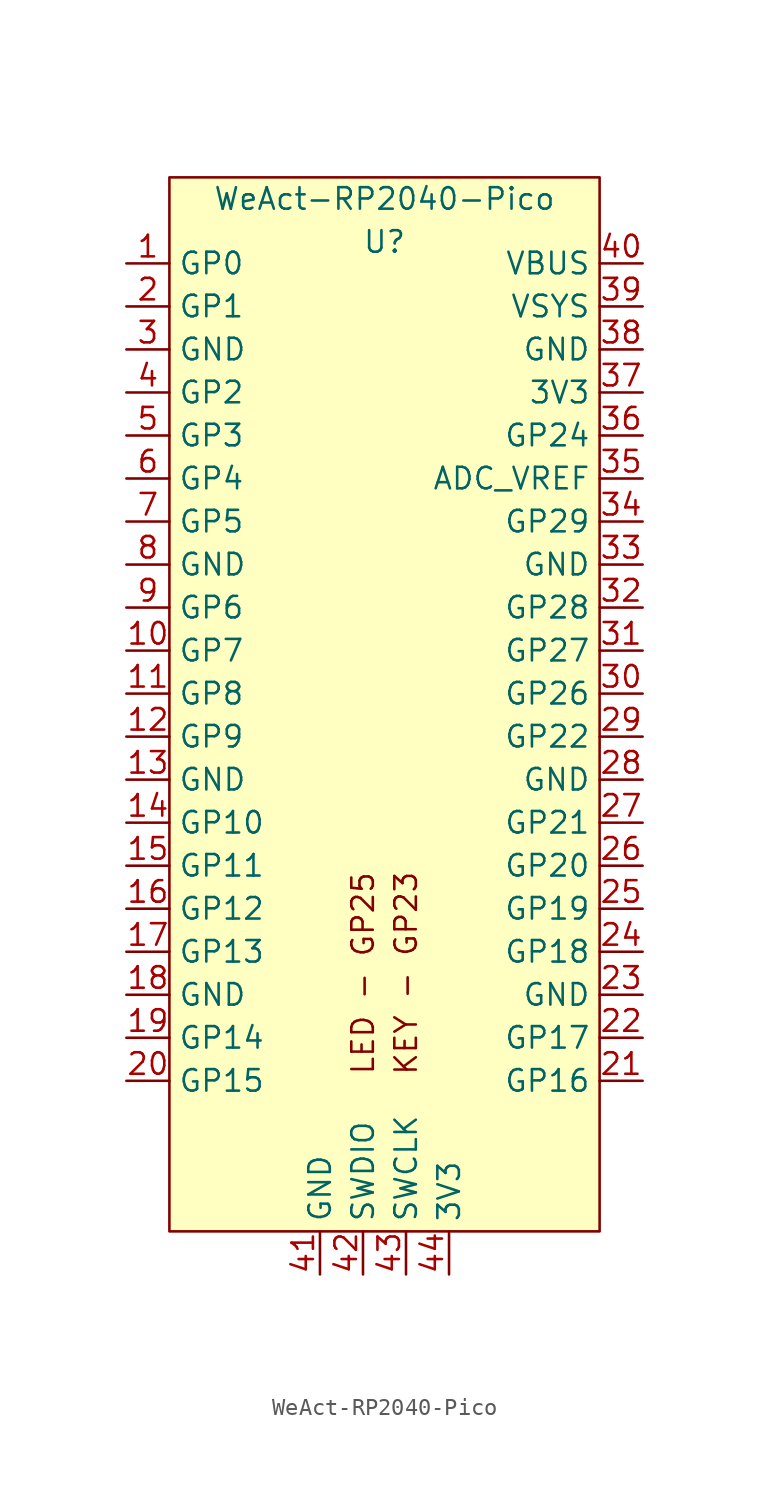
<source format=kicad_sym>
(kicad_symbol_lib
  (version 20220914)
  (generator kicad_symbol_editor)
  (symbol "WeAct-RP2040-Pico"
    (property "Reference" "U"
      (at 0 16.51 0)
      (effects (font (size 1.27 1.27))))
    (property "Value" "WeAct-RP2040-Pico"
      (at 0 19.05 0)
      (effects (font (size 1.27 1.27))))
    (symbol "WeAct-RP2040-Pico_0_0"
      (text "KEY - GP23" (at 1.27 -26.67 900) (effects (font (size 1.27 1.27))))
      (text "LED - GP25" (at -1.27 -26.67 900) (effects (font (size 1.27 1.27)))))
    (symbol "WeAct-RP2040-Pico_1_1"
      (rectangle (start -12.7 20.32) (end 12.7 -41.91) (stroke (width 0) (type default)) (fill (type background)))
      (pin bidirectional line (at -15.24 15.24 0) (length 2.54) (name "GP0" (effects (font (size 1.27 1.27)))) (number "1" (effects (font (size 1.27 1.27)))) (alternate "I2C0 SDA" bidirectional line) (alternate "SPI0 RX" bidirectional line) (alternate "UART0 TX" bidirectional line))
      (pin bidirectional line (at -15.24 -7.62 0) (length 2.54) (name "GP7" (effects (font (size 1.27 1.27)))) (number "10" (effects (font (size 1.27 1.27)))) (alternate "I2C1 SCL" bidirectional line) (alternate "SPI0 TX" bidirectional line))
      (pin bidirectional line (at -15.24 -10.16 0) (length 2.54) (name "GP8" (effects (font (size 1.27 1.27)))) (number "11" (effects (font (size 1.27 1.27)))) (alternate "I2C0 SDA" bidirectional line) (alternate "SPI1 RX" bidirectional line) (alternate "UART1 TX" bidirectional line))
      (pin bidirectional line (at -15.24 -12.7 0) (length 2.54) (name "GP9" (effects (font (size 1.27 1.27)))) (number "12" (effects (font (size 1.27 1.27)))) (alternate "I2C0 SCL" bidirectional line) (alternate "SPI1 CSn" bidirectional line) (alternate "UART1 RX" bidirectional line))
      (pin bidirectional line (at -15.24 -15.24 0) (length 2.54) (name "GND" (effects (font (size 1.27 1.27)))) (number "13" (effects (font (size 1.27 1.27)))))
      (pin bidirectional line (at -15.24 -17.78 0) (length 2.54) (name "GP10" (effects (font (size 1.27 1.27)))) (number "14" (effects (font (size 1.27 1.27)))) (alternate "I2C1 SDA" bidirectional line) (alternate "SPI1 SCK" bidirectional line))
      (pin bidirectional line (at -15.24 -20.32 0) (length 2.54) (name "GP11" (effects (font (size 1.27 1.27)))) (number "15" (effects (font (size 1.27 1.27)))) (alternate "I2C1 SCL" bidirectional line) (alternate "SPI1 TX" bidirectional line))
      (pin bidirectional line (at -15.24 -22.86 0) (length 2.54) (name "GP12" (effects (font (size 1.27 1.27)))) (number "16" (effects (font (size 1.27 1.27)))) (alternate "I2C0 SDA" bidirectional line) (alternate "SPI1 RX" bidirectional line) (alternate "UART0 TX" bidirectional line))
      (pin bidirectional line (at -15.24 -25.4 0) (length 2.54) (name "GP13" (effects (font (size 1.27 1.27)))) (number "17" (effects (font (size 1.27 1.27)))) (alternate "I2C0 SCL" bidirectional line) (alternate "SPI1 CSn" bidirectional line) (alternate "UART0 RX" bidirectional line))
      (pin bidirectional line (at -15.24 -27.94 0) (length 2.54) (name "GND" (effects (font (size 1.27 1.27)))) (number "18" (effects (font (size 1.27 1.27)))))
      (pin bidirectional line (at -15.24 -30.48 0) (length 2.54) (name "GP14" (effects (font (size 1.27 1.27)))) (number "19" (effects (font (size 1.27 1.27)))) (alternate "I2C1 SDA" bidirectional line) (alternate "SPI1 SCK" bidirectional line))
      (pin bidirectional line (at -15.24 12.7 0) (length 2.54) (name "GP1" (effects (font (size 1.27 1.27)))) (number "2" (effects (font (size 1.27 1.27)))) (alternate "I2C0 SCL" bidirectional line) (alternate "SPI0 CSn" bidirectional line) (alternate "UART0 RX" bidirectional line))
      (pin bidirectional line (at -15.24 -33.02 0) (length 2.54) (name "GP15" (effects (font (size 1.27 1.27)))) (number "20" (effects (font (size 1.27 1.27)))) (alternate "I2C1 SCL" bidirectional line) (alternate "SPI1 TX" bidirectional line))
      (pin bidirectional line (at 15.24 -33.02 180) (length 2.54) (name "GP16" (effects (font (size 1.27 1.27)))) (number "21" (effects (font (size 1.27 1.27)))) (alternate "I2C0 SDA" bidirectional line) (alternate "SPI0 RX" bidirectional line) (alternate "UART0 TX" bidirectional line))
      (pin bidirectional line (at 15.24 -30.48 180) (length 2.54) (name "GP17" (effects (font (size 1.27 1.27)))) (number "22" (effects (font (size 1.27 1.27)))) (alternate "I2C0 SCL" bidirectional line) (alternate "SPI0 CSn" bidirectional line) (alternate "UART0 RX" bidirectional line))
      (pin bidirectional line (at 15.24 -27.94 180) (length 2.54) (name "GND" (effects (font (size 1.27 1.27)))) (number "23" (effects (font (size 1.27 1.27)))))
      (pin bidirectional line (at 15.24 -25.4 180) (length 2.54) (name "GP18" (effects (font (size 1.27 1.27)))) (number "24" (effects (font (size 1.27 1.27)))) (alternate "I2C1 SDA" bidirectional line) (alternate "SPI0 SCK" bidirectional line))
      (pin bidirectional line (at 15.24 -22.86 180) (length 2.54) (name "GP19" (effects (font (size 1.27 1.27)))) (number "25" (effects (font (size 1.27 1.27)))) (alternate "I2C1 SCL" bidirectional line) (alternate "SPI0 TX" bidirectional line))
      (pin bidirectional line (at 15.24 -20.32 180) (length 2.54) (name "GP20" (effects (font (size 1.27 1.27)))) (number "26" (effects (font (size 1.27 1.27)))) (alternate "I2C0 SDA" bidirectional line))
      (pin bidirectional line (at 15.24 -17.78 180) (length 2.54) (name "GP21" (effects (font (size 1.27 1.27)))) (number "27" (effects (font (size 1.27 1.27)))) (alternate "I2C0 SCL" bidirectional line))
      (pin bidirectional line (at 15.24 -15.24 180) (length 2.54) (name "GND" (effects (font (size 1.27 1.27)))) (number "28" (effects (font (size 1.27 1.27)))))
      (pin bidirectional line (at 15.24 -12.7 180) (length 2.54) (name "GP22" (effects (font (size 1.27 1.27)))) (number "29" (effects (font (size 1.27 1.27)))))
      (pin bidirectional line (at -15.24 10.16 0) (length 2.54) (name "GND" (effects (font (size 1.27 1.27)))) (number "3" (effects (font (size 1.27 1.27)))))
      (pin bidirectional line (at 15.24 -10.16 180) (length 2.54) (name "GP26" (effects (font (size 1.27 1.27)))) (number "30" (effects (font (size 1.27 1.27)))) (alternate "ADC0" bidirectional line) (alternate "I2C1 SDA" bidirectional line))
      (pin bidirectional line (at 15.24 -7.62 180) (length 2.54) (name "GP27" (effects (font (size 1.27 1.27)))) (number "31" (effects (font (size 1.27 1.27)))) (alternate "ADC1" bidirectional line) (alternate "I2C1 SCL" bidirectional line))
      (pin bidirectional line (at 15.24 -5.08 180) (length 2.54) (name "GP28" (effects (font (size 1.27 1.27)))) (number "32" (effects (font (size 1.27 1.27)))) (alternate "ADC2" bidirectional line))
      (pin bidirectional line (at 15.24 -2.54 180) (length 2.54) (name "GND" (effects (font (size 1.27 1.27)))) (number "33" (effects (font (size 1.27 1.27)))))
      (pin bidirectional line (at 15.24 0 180) (length 2.54) (name "GP29" (effects (font (size 1.27 1.27)))) (number "34" (effects (font (size 1.27 1.27)))))
      (pin bidirectional line (at 15.24 2.54 180) (length 2.54) (name "ADC_VREF" (effects (font (size 1.27 1.27)))) (number "35" (effects (font (size 1.27 1.27)))))
      (pin bidirectional line (at 15.24 5.08 180) (length 2.54) (name "GP24" (effects (font (size 1.27 1.27)))) (number "36" (effects (font (size 1.27 1.27)))))
      (pin bidirectional line (at 15.24 7.62 180) (length 2.54) (name "3V3" (effects (font (size 1.27 1.27)))) (number "37" (effects (font (size 1.27 1.27)))))
      (pin bidirectional line (at 15.24 10.16 180) (length 2.54) (name "GND" (effects (font (size 1.27 1.27)))) (number "38" (effects (font (size 1.27 1.27)))))
      (pin bidirectional line (at 15.24 12.7 180) (length 2.54) (name "VSYS" (effects (font (size 1.27 1.27)))) (number "39" (effects (font (size 1.27 1.27)))))
      (pin bidirectional line (at -15.24 7.62 0) (length 2.54) (name "GP2" (effects (font (size 1.27 1.27)))) (number "4" (effects (font (size 1.27 1.27)))) (alternate "I2C1 SDA" bidirectional line) (alternate "SPI0 SCK" bidirectional line))
      (pin bidirectional line (at 15.24 15.24 180) (length 2.54) (name "VBUS" (effects (font (size 1.27 1.27)))) (number "40" (effects (font (size 1.27 1.27)))))
      (pin bidirectional line (at -3.81 -44.45 90) (length 2.54) (name "GND" (effects (font (size 1.27 1.27)))) (number "41" (effects (font (size 1.27 1.27)))))
      (pin bidirectional line (at -1.27 -44.45 90) (length 2.54) (name "SWDIO" (effects (font (size 1.27 1.27)))) (number "42" (effects (font (size 1.27 1.27)))))
      (pin bidirectional line (at 1.27 -44.45 90) (length 2.54) (name "SWCLK" (effects (font (size 1.27 1.27)))) (number "43" (effects (font (size 1.27 1.27)))))
      (pin bidirectional line (at 3.81 -44.45 90) (length 2.54) (name "3V3" (effects (font (size 1.27 1.27)))) (number "44" (effects (font (size 1.27 1.27)))))
      (pin bidirectional line (at -15.24 5.08 0) (length 2.54) (name "GP3" (effects (font (size 1.27 1.27)))) (number "5" (effects (font (size 1.27 1.27)))) (alternate "I2C1 SCL" bidirectional line) (alternate "SPI0 TX" bidirectional line))
      (pin bidirectional line (at -15.24 2.54 0) (length 2.54) (name "GP4" (effects (font (size 1.27 1.27)))) (number "6" (effects (font (size 1.27 1.27)))) (alternate "I2C0 SDA" bidirectional line) (alternate "SPI0 RX" bidirectional line) (alternate "UART1 TX" bidirectional line))
      (pin bidirectional line (at -15.24 0 0) (length 2.54) (name "GP5" (effects (font (size 1.27 1.27)))) (number "7" (effects (font (size 1.27 1.27)))) (alternate "I2C0 SCL" bidirectional line) (alternate "SPI0 CSn" bidirectional line) (alternate "UART1 RX" bidirectional line))
      (pin bidirectional line (at -15.24 -2.54 0) (length 2.54) (name "GND" (effects (font (size 1.27 1.27)))) (number "8" (effects (font (size 1.27 1.27)))))
      (pin bidirectional line (at -15.24 -5.08 0) (length 2.54) (name "GP6" (effects (font (size 1.27 1.27)))) (number "9" (effects (font (size 1.27 1.27)))) (alternate "I2C1 SDA" bidirectional line) (alternate "SPI0 SCK" bidirectional line)))))
</source>
